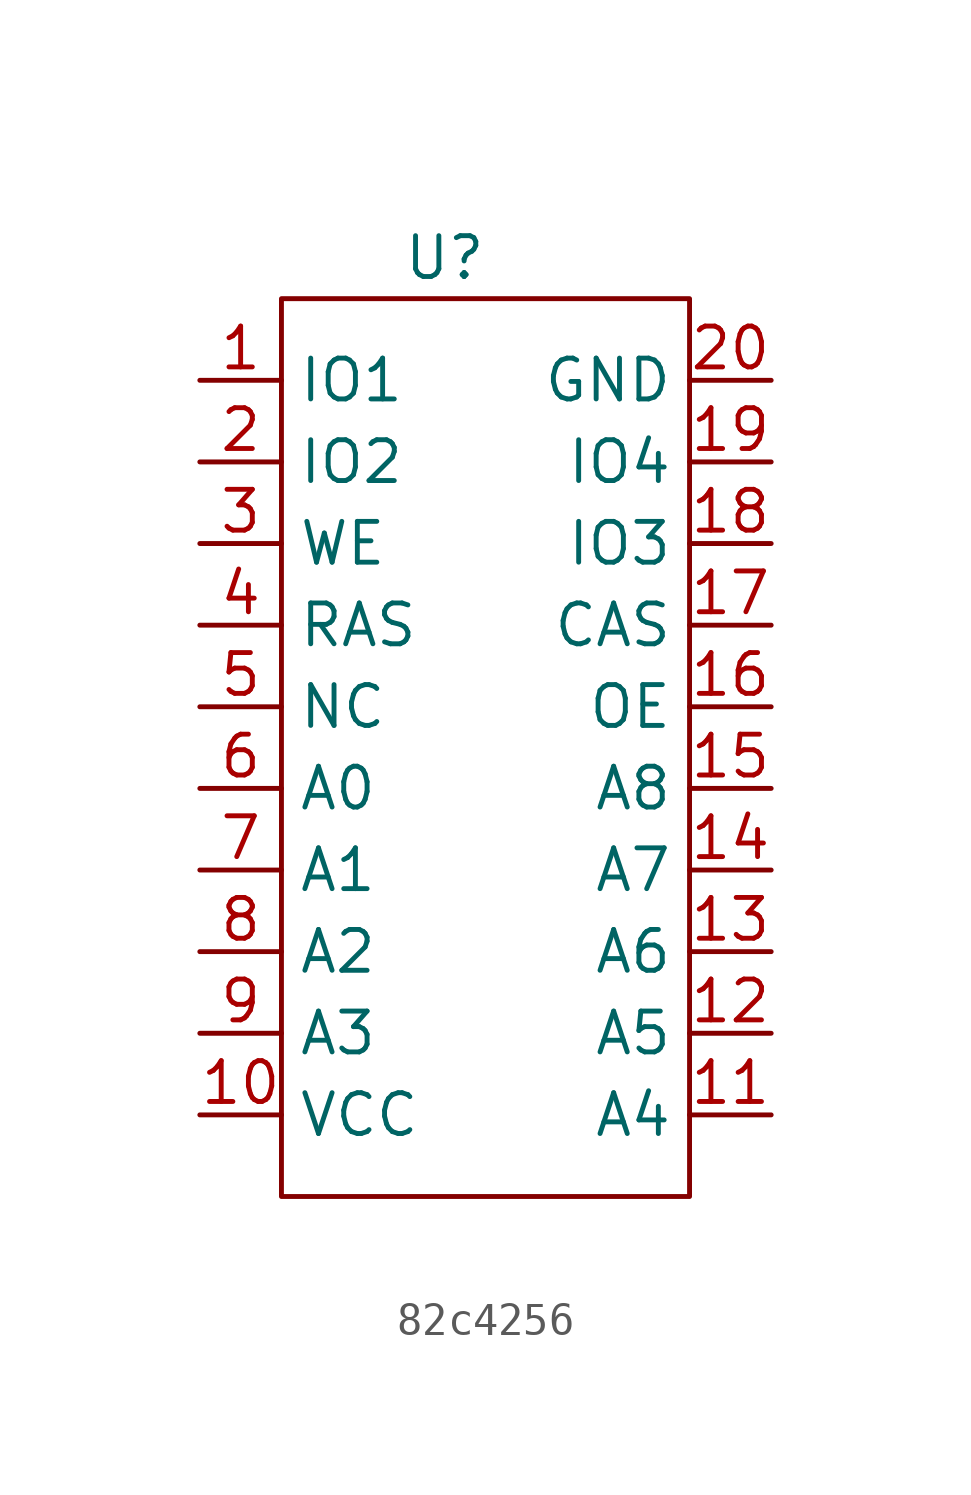
<source format=kicad_sym>
(kicad_symbol_lib
  (version 20231120)
  (generator "kicad_symbol_editor")
  (generator_version "8.0")
  (symbol "82c4256"
    (property "Reference" "U"
      (at 0 0 0)
      (effects (font (size 1.27 1.27))))
    (property "Value" ""
      (at 0 0 0)
      (effects (font (size 1.27 1.27))))
    (symbol "82c4256_0_1"
      (rectangle (start -5.08 -1.27) (end 7.62 -29.21) (stroke (width 0) (type default)) (fill (type none))))
    (symbol "82c4256_1_1"
      (pin output line (at -7.62 -3.81 0) (length 2.54) (name "IO1" (effects (font (size 1.27 1.27)))) (number "1" (effects (font (size 1.27 1.27)))))
      (pin power_in line (at -7.62 -26.67 0) (length 2.54) (name "VCC" (effects (font (size 1.27 1.27)))) (number "10" (effects (font (size 1.27 1.27)))))
      (pin input line (at 10.16 -26.67 180) (length 2.54) (name "A4" (effects (font (size 1.27 1.27)))) (number "11" (effects (font (size 1.27 1.27)))))
      (pin input line (at 10.16 -24.13 180) (length 2.54) (name "A5" (effects (font (size 1.27 1.27)))) (number "12" (effects (font (size 1.27 1.27)))))
      (pin input line (at 10.16 -21.59 180) (length 2.54) (name "A6" (effects (font (size 1.27 1.27)))) (number "13" (effects (font (size 1.27 1.27)))))
      (pin input line (at 10.16 -19.05 180) (length 2.54) (name "A7" (effects (font (size 1.27 1.27)))) (number "14" (effects (font (size 1.27 1.27)))))
      (pin input line (at 10.16 -16.51 180) (length 2.54) (name "A8" (effects (font (size 1.27 1.27)))) (number "15" (effects (font (size 1.27 1.27)))))
      (pin output line (at 10.16 -13.97 180) (length 2.54) (name "OE" (effects (font (size 1.27 1.27)))) (number "16" (effects (font (size 1.27 1.27)))))
      (pin input line (at 10.16 -11.43 180) (length 2.54) (name "CAS" (effects (font (size 1.27 1.27)))) (number "17" (effects (font (size 1.27 1.27)))))
      (pin output line (at 10.16 -8.89 180) (length 2.54) (name "IO3" (effects (font (size 1.27 1.27)))) (number "18" (effects (font (size 1.27 1.27)))))
      (pin output line (at 10.16 -6.35 180) (length 2.54) (name "IO4" (effects (font (size 1.27 1.27)))) (number "19" (effects (font (size 1.27 1.27)))))
      (pin output line (at -7.62 -6.35 0) (length 2.54) (name "IO2" (effects (font (size 1.27 1.27)))) (number "2" (effects (font (size 1.27 1.27)))))
      (pin passive line (at 10.16 -3.81 180) (length 2.54) (name "GND" (effects (font (size 1.27 1.27)))) (number "20" (effects (font (size 1.27 1.27)))))
      (pin input line (at -7.62 -8.89 0) (length 2.54) (name "WE" (effects (font (size 1.27 1.27)))) (number "3" (effects (font (size 1.27 1.27)))))
      (pin input line (at -7.62 -11.43 0) (length 2.54) (name "RAS" (effects (font (size 1.27 1.27)))) (number "4" (effects (font (size 1.27 1.27)))))
      (pin free line (at -7.62 -13.97 0) (length 2.54) (name "NC" (effects (font (size 1.27 1.27)))) (number "5" (effects (font (size 1.27 1.27)))))
      (pin input line (at -7.62 -16.51 0) (length 2.54) (name "A0" (effects (font (size 1.27 1.27)))) (number "6" (effects (font (size 1.27 1.27)))))
      (pin input line (at -7.62 -19.05 0) (length 2.54) (name "A1" (effects (font (size 1.27 1.27)))) (number "7" (effects (font (size 1.27 1.27)))))
      (pin input line (at -7.62 -21.59 0) (length 2.54) (name "A2" (effects (font (size 1.27 1.27)))) (number "8" (effects (font (size 1.27 1.27)))))
      (pin input line (at -7.62 -24.13 0) (length 2.54) (name "A3" (effects (font (size 1.27 1.27)))) (number "9" (effects (font (size 1.27 1.27))))))))
</source>
